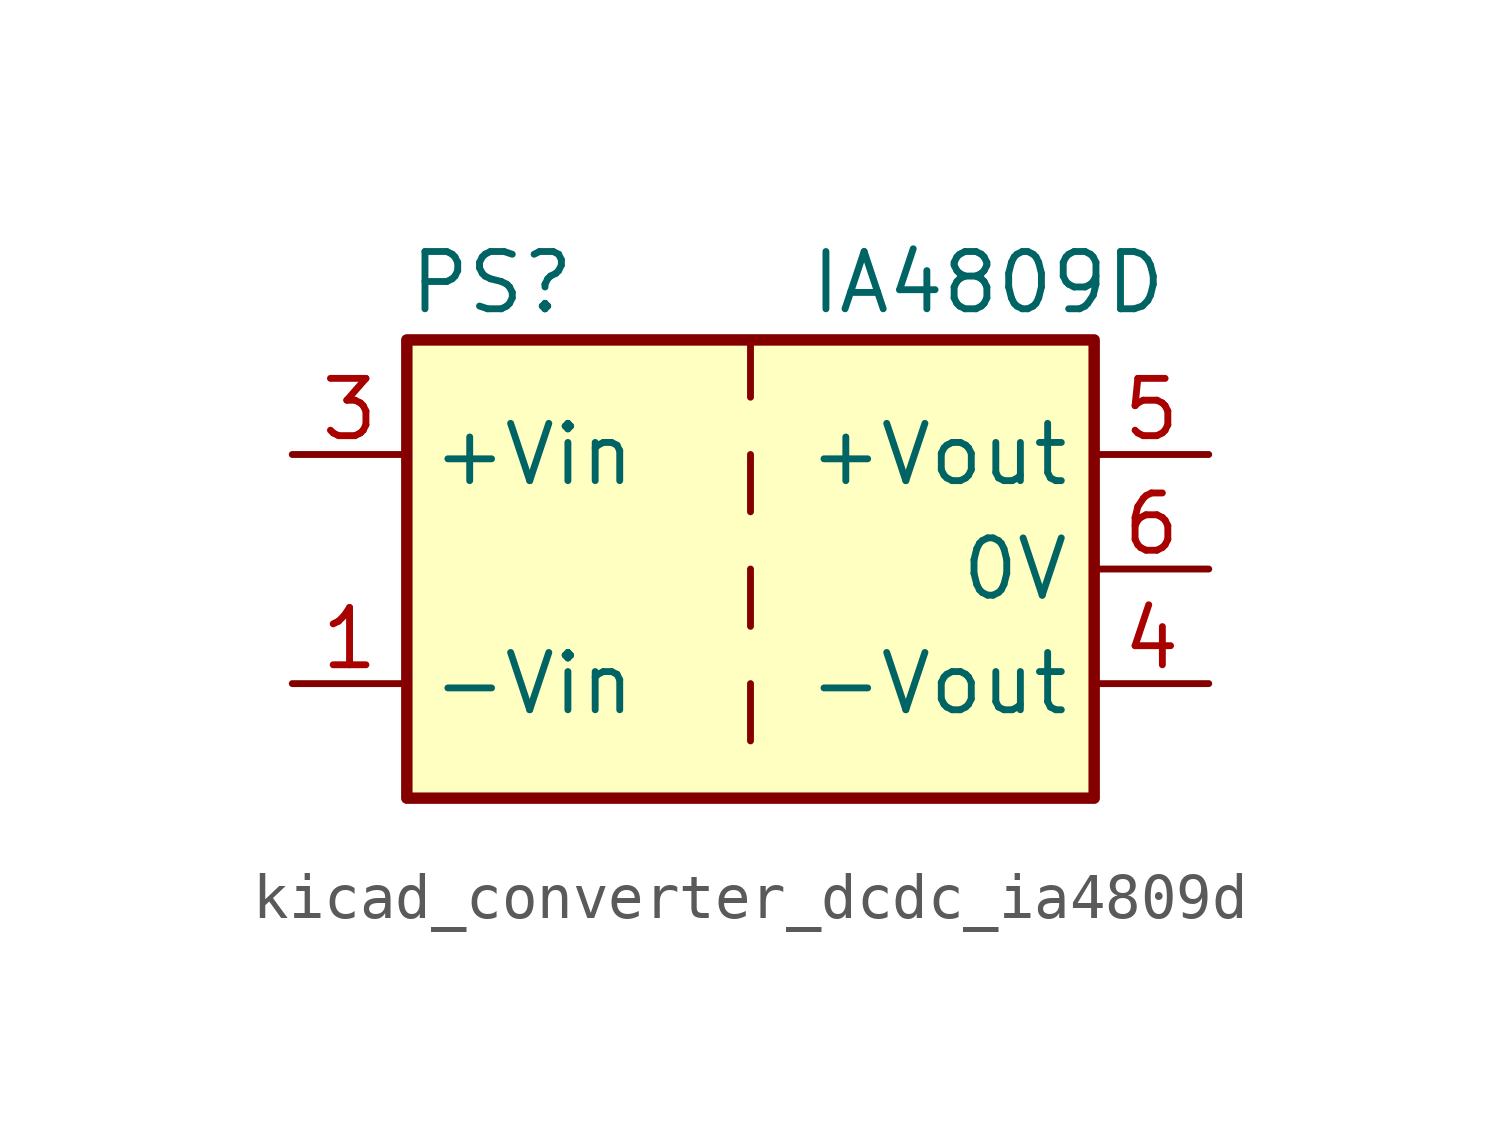
<source format=kicad_sym>
(kicad_symbol_lib
  (version 20220914)
  (generator kicad_symbol_editor)
  (symbol "kicad_converter_dcdc_ia4809d"
    (property "Reference" "PS"
      (at -7.62 6.35 0)
      (effects (font (size 1.27 1.27)) (justify left)))
    (property "Value" "IA4809D"
      (at 1.27 6.35 0)
      (effects (font (size 1.27 1.27)) (justify left)))
    (symbol "kicad_converter_dcdc_ia4809d_0_0"
      (pin power_in line (at -10.16 -2.54 0) (length 2.54) (name "-Vin" (effects (font (size 1.27 1.27)))) (number "1" (effects (font (size 1.27 1.27)))))
      (pin power_in line (at -10.16 2.54 0) (length 2.54) (name "+Vin" (effects (font (size 1.27 1.27)))) (number "3" (effects (font (size 1.27 1.27)))))
      (pin power_out line (at 10.16 -2.54 180) (length 2.54) (name "-Vout" (effects (font (size 1.27 1.27)))) (number "4" (effects (font (size 1.27 1.27)))))
      (pin power_out line (at 10.16 2.54 180) (length 2.54) (name "+Vout" (effects (font (size 1.27 1.27)))) (number "5" (effects (font (size 1.27 1.27)))))
      (pin power_out line (at 10.16 0 180) (length 2.54) (name "0V" (effects (font (size 1.27 1.27)))) (number "6" (effects (font (size 1.27 1.27))))))
    (symbol "kicad_converter_dcdc_ia4809d_0_1"
      (rectangle (start -7.62 5.08) (end 7.62 -5.08) (stroke (width 0.254) (type default)) (fill (type background)))
      (polyline (pts (xy 0 -2.54) (xy 0 -3.81)) (stroke (width 0) (type default)) (fill (type none)))
      (polyline (pts (xy 0 0) (xy 0 -1.27)) (stroke (width 0) (type default)) (fill (type none)))
      (polyline (pts (xy 0 2.54) (xy 0 1.27)) (stroke (width 0) (type default)) (fill (type none)))
      (polyline (pts (xy 0 5.08) (xy 0 3.81)) (stroke (width 0) (type default)) (fill (type none))))
    (symbol "kicad_converter_dcdc_ia4809d_1_1"
      (pin no_connect line (at 0 -5.08 90) (length 2.54) hide (name "NC" (effects (font (size 1.27 1.27)))) (number "2" (effects (font (size 1.27 1.27))))))))
</source>
